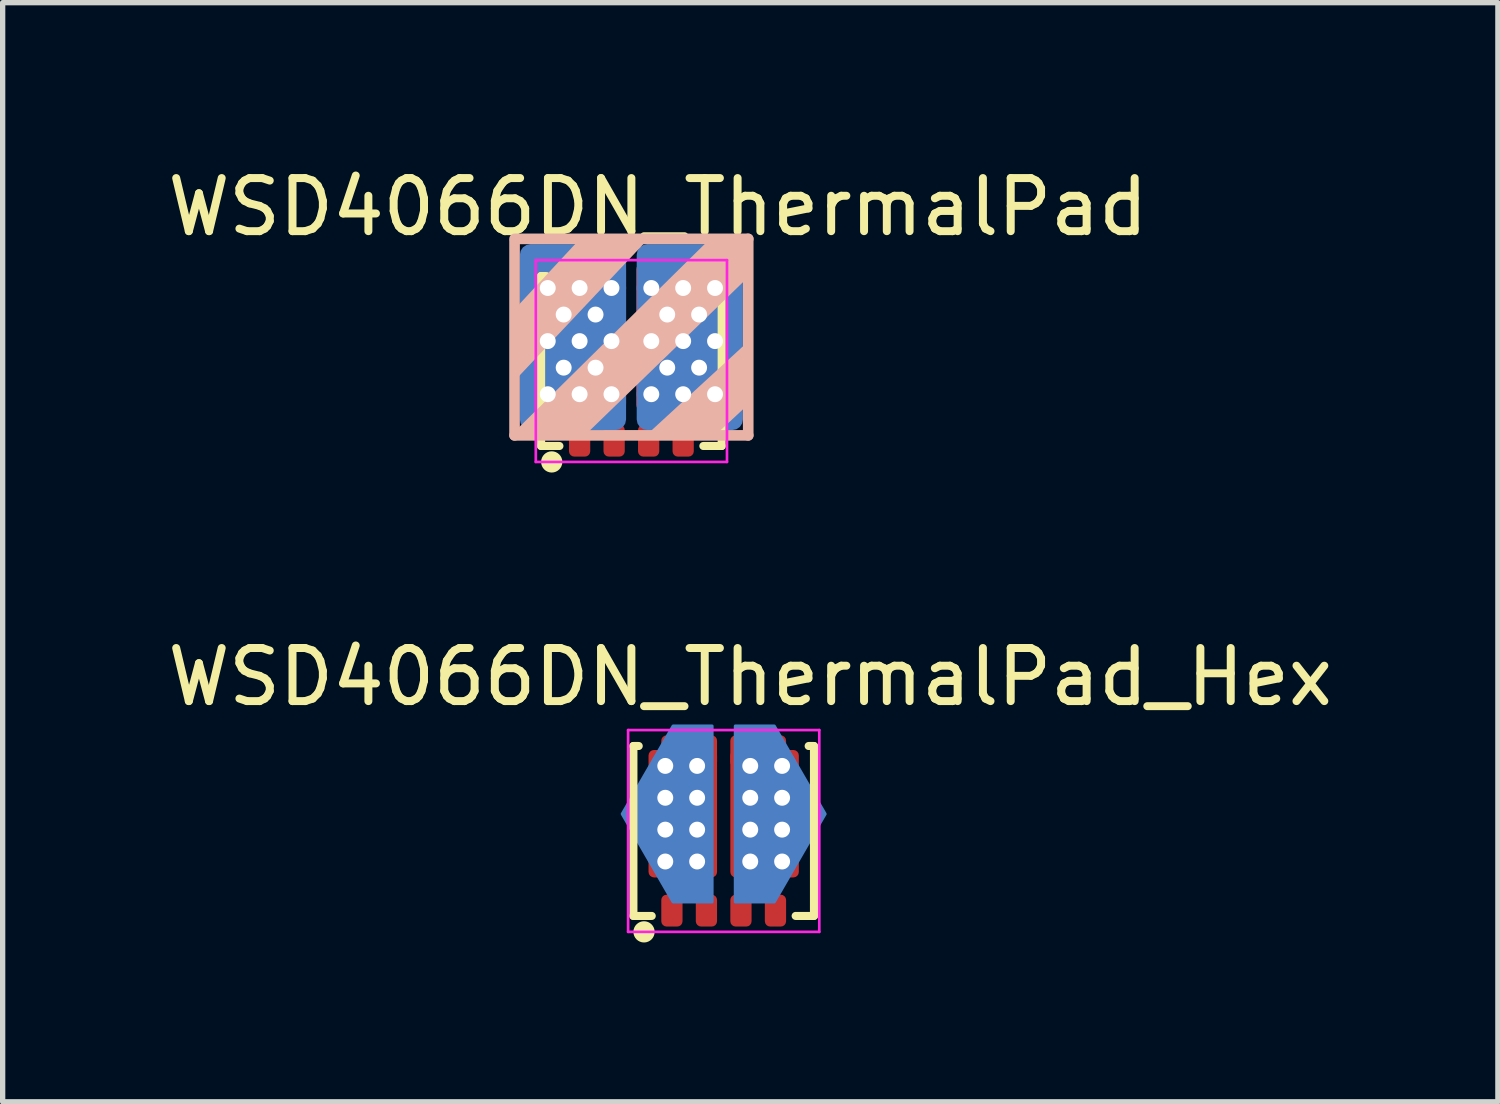
<source format=kicad_pcb>
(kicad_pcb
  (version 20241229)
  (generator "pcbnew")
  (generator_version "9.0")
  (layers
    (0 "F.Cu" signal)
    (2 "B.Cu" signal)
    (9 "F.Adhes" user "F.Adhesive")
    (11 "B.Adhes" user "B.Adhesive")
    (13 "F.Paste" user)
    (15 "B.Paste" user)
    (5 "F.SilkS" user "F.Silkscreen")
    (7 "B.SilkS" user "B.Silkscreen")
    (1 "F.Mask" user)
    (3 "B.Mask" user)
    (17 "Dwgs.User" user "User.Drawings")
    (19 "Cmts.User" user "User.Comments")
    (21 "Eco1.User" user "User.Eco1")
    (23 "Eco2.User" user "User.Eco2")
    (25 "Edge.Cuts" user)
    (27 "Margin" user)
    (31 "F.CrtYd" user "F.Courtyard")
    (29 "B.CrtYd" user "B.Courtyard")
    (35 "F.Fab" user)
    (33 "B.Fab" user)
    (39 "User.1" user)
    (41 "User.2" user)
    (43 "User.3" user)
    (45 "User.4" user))
  (footprint "WSD4066DN_ThermalPad"
    (layer "F.Cu")
    (at 8.839 3.848)
    (property "Reference" "WSD4066DN_ThermalPad" (at 0.5 -3 0) (layer "F.SilkS") (effects (font (size 1 1) (thickness 0.15))))
    (attr smd)
    (fp_line (start -1.7 -1.7) (end -1.7 1.5) (stroke (width 0.152) (type solid)) (layer "F.SilkS"))
    (fp_line (start -1.7 -1.7) (end -1.6 -1.7) (stroke (width 0.152) (type solid)) (layer "F.SilkS"))
    (fp_line (start -1.7 1.5) (end -1.355 1.5) (stroke (width 0.152) (type solid)) (layer "F.SilkS"))
    (fp_line (start 1.355 1.5) (end 1.7 1.5) (stroke (width 0.152) (type solid)) (layer "F.SilkS"))
    (fp_line (start 1.7 -1.7) (end 1.6 -1.7) (stroke (width 0.152) (type solid)) (layer "F.SilkS"))
    (fp_line (start 1.7 1.5) (end 1.7 -1.7) (stroke (width 0.152) (type solid)) (layer "F.SilkS"))
    (fp_circle (center -1.5 1.8) (end -1.4 1.8) (stroke (width 0.2) (type solid)) (fill no) (layer "F.SilkS"))
    (fp_line (start -2.2 -2.4) (end 2.2 -2.4) (stroke (width 0.2) (type solid)) (layer "B.SilkS"))
    (fp_line (start -2.2 1.3) (end -2.2 -2.35) (stroke (width 0.2) (type solid)) (layer "B.SilkS"))
    (fp_line (start 2.2 -2.4) (end 2.2 1.3) (stroke (width 0.2) (type solid)) (layer "B.SilkS"))
    (fp_line (start 2.2 1.3) (end -2.2 1.3) (stroke (width 0.2) (type solid)) (layer "B.SilkS"))
    (fp_poly (pts (xy -2.2 0.2) (xy -2.2 -1) (xy -0.9 -2.4) (xy 0.25 -2.4)) (stroke (width 0.1) (type solid)) (fill yes) (layer "B.SilkS"))
    (fp_poly (pts (xy 2.2 0.65) (xy 1.5 1.3) (xy 0.35 1.3) (xy 2.2 -0.4)) (stroke (width 0.1) (type solid)) (fill yes) (layer "B.SilkS"))
    (fp_poly (pts (xy 2.2 -1.75) (xy -0.95 1.3) (xy -2.2 1.3) (xy 1.55 -2.4) (xy 2.2 -2.4)) (stroke (width 0.1) (type solid)) (fill yes) (layer "B.SilkS"))
    (fp_line (start -1.8 -2) (end 1.8 -2) (stroke (width 0.05) (type solid)) (layer "F.CrtYd"))
    (fp_line (start -1.8 1.8) (end -1.8 -2) (stroke (width 0.05) (type solid)) (layer "F.CrtYd"))
    (fp_line (start 1.8 -2) (end 1.8 1.8) (stroke (width 0.05) (type solid)) (layer "F.CrtYd"))
    (fp_line (start 1.8 1.8) (end -1.8 1.8) (stroke (width 0.05) (type solid)) (layer "F.CrtYd"))
    (pad "" smd roundrect (at -0.73 -1.025) (size 1.2 1) (layers "F.Paste") (roundrect_rratio 0.077))
    (pad "" smd roundrect (at -0.73 0.175) (size 1.2 1) (layers "F.Paste") (roundrect_rratio 0.077))
    (pad "" smd roundrect (at 0.73 -1.025) (size 1.2 1) (layers "F.Paste") (roundrect_rratio 0.077))
    (pad "" smd roundrect (at 0.73 0.175) (size 1.2 1) (layers "F.Paste") (roundrect_rratio 0.077))
    (pad "1" smd roundrect (at -0.975 1.4) (size 0.4 0.6) (layers "F.Cu" "F.Mask" "F.Paste") (roundrect_rratio 0.25))
    (pad "2" smd roundrect (at -0.325 1.4) (size 0.4 0.6) (layers "F.Cu" "F.Mask" "F.Paste") (roundrect_rratio 0.25))
    (pad "3" smd roundrect (at 0.325 1.4) (size 0.4 0.6) (layers "F.Cu" "F.Mask" "F.Paste") (roundrect_rratio 0.25))
    (pad "4" smd roundrect (at 0.975 1.4) (size 0.4 0.6) (layers "F.Cu" "F.Mask" "F.Paste") (roundrect_rratio 0.25))
    (pad "5" thru_hole circle (at -1.575 -1.475) (size 0.55 0.55) (drill 0.3) (layers "*.Cu"))
    (pad "5" thru_hole circle (at -1.575 -0.475) (size 0.55 0.55) (drill 0.3) (layers "*.Cu"))
    (pad "5" thru_hole circle (at -1.575 0.525) (size 0.55 0.55) (drill 0.3) (layers "*.Cu"))
    (pad "5" thru_hole circle (at -1.275 -0.975) (size 0.55 0.55) (drill 0.3) (layers "*.Cu"))
    (pad "5" thru_hole circle (at -1.275 0.025) (size 0.55 0.55) (drill 0.3) (layers "*.Cu"))
    (pad "5" smd roundrect (at -1.1 -0.55) (size 2 3.5) (layers "B.Cu") (roundrect_rratio 0.1))
    (pad "5" smd roundrect (at -0.975 -1.6) (size 0.4 0.6) (layers "F.Cu" "F.Mask" "F.Paste") (roundrect_rratio 0.25))
    (pad "5" thru_hole circle (at -0.975 -1.475) (size 0.55 0.55) (drill 0.3) (layers "*.Cu"))
    (pad "5" smd roundrect (at -0.975 -0.565) (size 1.75 2.75) (layers "F.Cu") (roundrect_rratio 0.057))
    (pad "5" thru_hole circle (at -0.975 -0.475) (size 0.55 0.55) (drill 0.3) (layers "*.Cu"))
    (pad "5" thru_hole circle (at -0.975 0.525) (size 0.55 0.55) (drill 0.3) (layers "*.Cu"))
    (pad "5" smd roundrect (at -0.78 -0.425) (size 1.3 2.4) (layers "F.Cu" "F.Mask") (roundrect_rratio 0.077))
    (pad "5" thru_hole circle (at -0.675 -0.975) (size 0.55 0.55) (drill 0.3) (layers "*.Cu"))
    (pad "5" thru_hole circle (at -0.675 0.025) (size 0.55 0.55) (drill 0.3) (layers "*.Cu"))
    (pad "5" thru_hole circle (at -0.375 -1.475) (size 0.55 0.55) (drill 0.3) (layers "*.Cu"))
    (pad "5" thru_hole circle (at -0.375 -0.475) (size 0.55 0.55) (drill 0.3) (layers "*.Cu"))
    (pad "5" thru_hole circle (at -0.375 0.525) (size 0.55 0.55) (drill 0.3) (layers "*.Cu"))
    (pad "5" smd roundrect (at -0.33 -1.6) (size 0.4 0.6) (layers "F.Cu" "F.Mask" "F.Paste") (roundrect_rratio 0.25))
    (pad "6" smd roundrect (at 0.33 -1.6) (size 0.4 0.6) (layers "F.Cu" "F.Mask" "F.Paste") (roundrect_rratio 0.25))
    (pad "6" thru_hole circle (at 0.375 -1.475) (size 0.55 0.55) (drill 0.3) (layers "*.Cu"))
    (pad "6" thru_hole circle (at 0.375 -0.475) (size 0.55 0.55) (drill 0.3) (layers "*.Cu"))
    (pad "6" thru_hole circle (at 0.375 0.525) (size 0.55 0.55) (drill 0.3) (layers "*.Cu"))
    (pad "6" thru_hole circle (at 0.675 -0.975) (size 0.55 0.55) (drill 0.3) (layers "*.Cu"))
    (pad "6" thru_hole circle (at 0.675 0.025) (size 0.55 0.55) (drill 0.3) (layers "*.Cu"))
    (pad "6" smd roundrect (at 0.78 -0.425) (size 1.3 2.4) (layers "F.Cu" "F.Mask") (roundrect_rratio 0.077))
    (pad "6" smd roundrect (at 0.965 -0.55) (size 1.75 2.75) (layers "F.Cu") (roundrect_rratio 0.057))
    (pad "6" smd roundrect (at 0.975 -1.6) (size 0.4 0.6) (layers "F.Cu" "F.Mask" "F.Paste") (roundrect_rratio 0.25))
    (pad "6" thru_hole circle (at 0.975 -1.475) (size 0.55 0.55) (drill 0.3) (layers "*.Cu"))
    (pad "6" thru_hole circle (at 0.975 -0.475) (size 0.55 0.55) (drill 0.3) (layers "*.Cu"))
    (pad "6" thru_hole circle (at 0.975 0.525) (size 0.55 0.55) (drill 0.3) (layers "*.Cu"))
    (pad "6" smd roundrect (at 1.1 -0.55) (size 2 3.5) (layers "B.Cu") (roundrect_rratio 0.1))
    (pad "6" thru_hole circle (at 1.275 -0.975) (size 0.55 0.55) (drill 0.3) (layers "*.Cu"))
    (pad "6" thru_hole circle (at 1.275 0.025) (size 0.55 0.55) (drill 0.3) (layers "*.Cu"))
    (pad "6" thru_hole circle (at 1.575 -1.475) (size 0.55 0.55) (drill 0.3) (layers "*.Cu"))
    (pad "6" thru_hole circle (at 1.575 -0.475) (size 0.55 0.55) (drill 0.3) (layers "*.Cu"))
    (pad "6" thru_hole circle (at 1.575 0.525) (size 0.55 0.55) (drill 0.3) (layers "*.Cu")))
  (footprint "WSD4066DN_ThermalPad_Hex"
    (layer "F.Cu")
    (at 10.577 12.697)
    (property "Reference" "WSD4066DN_ThermalPad_Hex" (at 0.5 -3 0) (layer "F.SilkS") (effects (font (size 1 1) (thickness 0.15))))
    (attr smd)
    (fp_line (start -1.7 -1.7) (end -1.7 1.5) (stroke (width 0.152) (type solid)) (layer "F.SilkS"))
    (fp_line (start -1.7 -1.7) (end -1.6 -1.7) (stroke (width 0.152) (type solid)) (layer "F.SilkS"))
    (fp_line (start -1.7 1.5) (end -1.355 1.5) (stroke (width 0.152) (type solid)) (layer "F.SilkS"))
    (fp_line (start 1.355 1.5) (end 1.7 1.5) (stroke (width 0.152) (type solid)) (layer "F.SilkS"))
    (fp_line (start 1.7 -1.7) (end 1.6 -1.7) (stroke (width 0.152) (type solid)) (layer "F.SilkS"))
    (fp_line (start 1.7 1.5) (end 1.7 -1.7) (stroke (width 0.152) (type solid)) (layer "F.SilkS"))
    (fp_circle (center -1.5 1.8) (end -1.4 1.8) (stroke (width 0.2) (type solid)) (fill no) (layer "F.SilkS"))
    (fp_line (start -1.8 -2) (end 1.8 -2) (stroke (width 0.05) (type solid)) (layer "F.CrtYd"))
    (fp_line (start -1.8 1.8) (end -1.8 -2) (stroke (width 0.05) (type solid)) (layer "F.CrtYd"))
    (fp_line (start 1.8 -2) (end 1.8 1.8) (stroke (width 0.05) (type solid)) (layer "F.CrtYd"))
    (fp_line (start 1.8 1.8) (end -1.8 1.8) (stroke (width 0.05) (type solid)) (layer "F.CrtYd"))
    (pad "1" smd roundrect (at -0.975 1.4) (size 0.4 0.6) (layers "F.Cu" "F.Mask" "F.Paste") (roundrect_rratio 0.25))
    (pad "2" smd roundrect (at -0.325 1.4) (size 0.4 0.6) (layers "F.Cu" "F.Mask" "F.Paste") (roundrect_rratio 0.25))
    (pad "3" smd roundrect (at 0.325 1.4) (size 0.4 0.6) (layers "F.Cu" "F.Mask" "F.Paste") (roundrect_rratio 0.25))
    (pad "4" smd roundrect (at 0.975 1.4) (size 0.4 0.6) (layers "F.Cu" "F.Mask" "F.Paste") (roundrect_rratio 0.25))
    (pad "5" thru_hole circle (at -1.1 -1.325) (size 0.55 0.55) (drill 0.3) (layers "*.Cu"))
    (pad "5" thru_hole circle (at -1.1 -0.725) (size 0.55 0.55) (drill 0.3) (layers "*.Cu"))
    (pad "5" thru_hole circle (at -1.1 -0.125) (size 0.55 0.55) (drill 0.3) (layers "*.Cu"))
    (pad "5" thru_hole circle (at -1.1 0.475) (size 0.55 0.55) (drill 0.3) (layers "*.Cu"))
    (pad "5" smd roundrect (at -0.975 -1.6) (size 0.4 0.6) (layers "F.Cu" "F.Mask" "F.Paste") (roundrect_rratio 0.25))
    (pad "5" smd custom (at -0.77 -0.425) (size 1 1) (layers "B.Cu") (options (anchor circle)) (primitives (gr_poly (pts (xy 0.555 1.665) (xy -0.185 1.665) (xy -1.145 0.005) (xy -0.185 -1.655) (xy 0.555 -1.655)) (width 0.05) (fill yes))))
    (pad "5" smd roundrect (at -0.77 -0.425) (size 1.29 2.4) (layers "F.Cu" "F.Mask" "F.Paste") (roundrect_rratio 0.08))
    (pad "5" thru_hole circle (at -0.5 -1.325) (size 0.55 0.55) (drill 0.3) (layers "*.Cu"))
    (pad "5" thru_hole circle (at -0.5 -0.725) (size 0.55 0.55) (drill 0.3) (layers "*.Cu"))
    (pad "5" thru_hole circle (at -0.5 -0.125) (size 0.55 0.55) (drill 0.3) (layers "*.Cu"))
    (pad "5" thru_hole circle (at -0.5 0.475) (size 0.55 0.55) (drill 0.3) (layers "*.Cu"))
    (pad "5" smd roundrect (at -0.325 -1.6) (size 0.4 0.6) (layers "F.Cu" "F.Mask" "F.Paste") (roundrect_rratio 0.25))
    (pad "6" smd roundrect (at 0.325 -1.6) (size 0.4 0.6) (layers "F.Cu" "F.Mask" "F.Paste") (roundrect_rratio 0.25))
    (pad "6" thru_hole circle (at 0.5 -1.325) (size 0.55 0.55) (drill 0.3) (layers "*.Cu"))
    (pad "6" thru_hole circle (at 0.5 -0.725) (size 0.55 0.55) (drill 0.3) (layers "*.Cu"))
    (pad "6" thru_hole circle (at 0.5 -0.125) (size 0.55 0.55) (drill 0.3) (layers "*.Cu"))
    (pad "6" thru_hole circle (at 0.5 0.475) (size 0.55 0.55) (drill 0.3) (layers "*.Cu"))
    (pad "6" smd custom (at 0.77 -0.425) (size 1 1) (layers "B.Cu") (options (anchor circle)) (primitives (gr_poly (pts (xy -0.555 -1.655) (xy 0.185 -1.655) (xy 1.145 0.005) (xy 0.185 1.665) (xy -0.555 1.665)) (width 0.05) (fill yes))))
    (pad "6" smd roundrect (at 0.77 -0.425) (size 1.29 2.4) (layers "F.Cu" "F.Mask" "F.Paste") (roundrect_rratio 0.08))
    (pad "6" smd roundrect (at 0.975 -1.6) (size 0.4 0.6) (layers "F.Cu" "F.Mask" "F.Paste") (roundrect_rratio 0.25))
    (pad "6" thru_hole circle (at 1.1 -1.325) (size 0.55 0.55) (drill 0.3) (layers "*.Cu"))
    (pad "6" thru_hole circle (at 1.1 -0.725) (size 0.55 0.55) (drill 0.3) (layers "*.Cu"))
    (pad "6" thru_hole circle (at 1.1 -0.125) (size 0.55 0.55) (drill 0.3) (layers "*.Cu"))
    (pad "6" thru_hole circle (at 1.1 0.475) (size 0.55 0.55) (drill 0.3) (layers "*.Cu")))
  (gr_rect
    (start -3 -3)
    (end 25.155 17.697)
    (stroke (width 0.1) (type default))
    (fill no)
    (layer "Edge.Cuts")))
</source>
